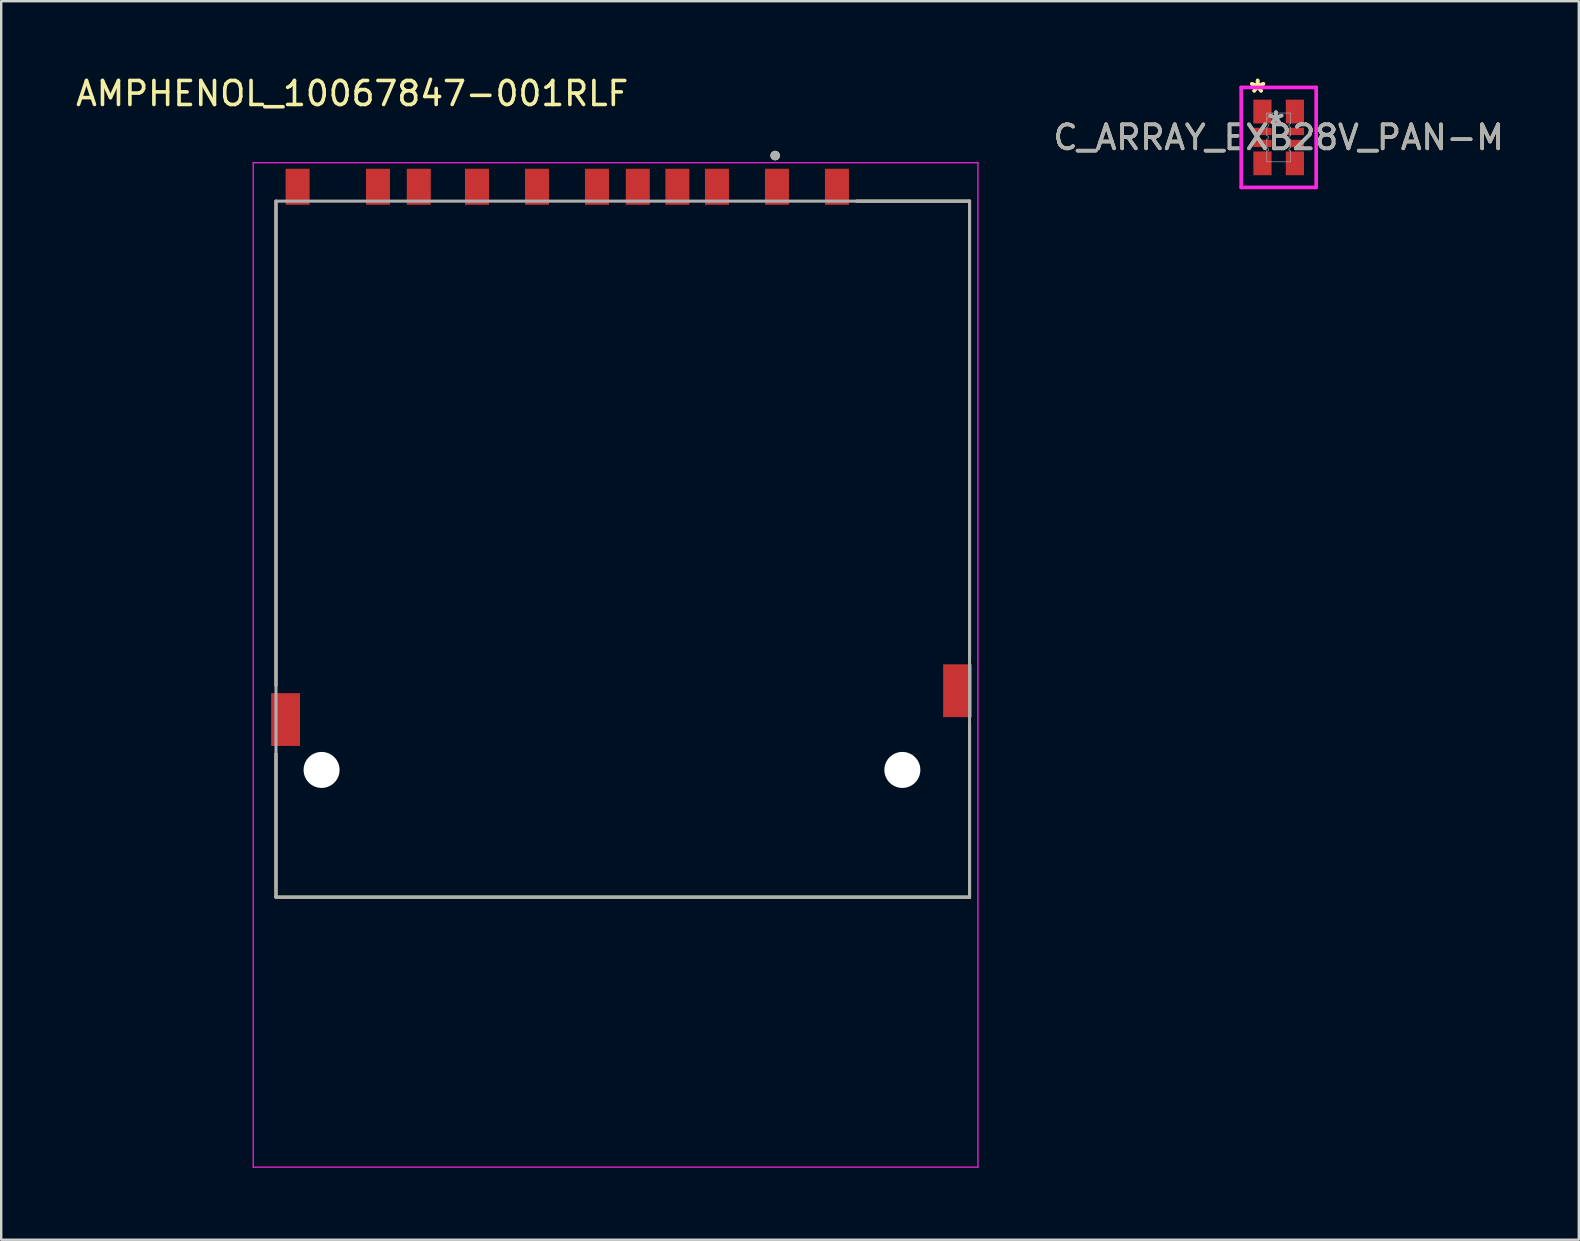
<source format=kicad_pcb>
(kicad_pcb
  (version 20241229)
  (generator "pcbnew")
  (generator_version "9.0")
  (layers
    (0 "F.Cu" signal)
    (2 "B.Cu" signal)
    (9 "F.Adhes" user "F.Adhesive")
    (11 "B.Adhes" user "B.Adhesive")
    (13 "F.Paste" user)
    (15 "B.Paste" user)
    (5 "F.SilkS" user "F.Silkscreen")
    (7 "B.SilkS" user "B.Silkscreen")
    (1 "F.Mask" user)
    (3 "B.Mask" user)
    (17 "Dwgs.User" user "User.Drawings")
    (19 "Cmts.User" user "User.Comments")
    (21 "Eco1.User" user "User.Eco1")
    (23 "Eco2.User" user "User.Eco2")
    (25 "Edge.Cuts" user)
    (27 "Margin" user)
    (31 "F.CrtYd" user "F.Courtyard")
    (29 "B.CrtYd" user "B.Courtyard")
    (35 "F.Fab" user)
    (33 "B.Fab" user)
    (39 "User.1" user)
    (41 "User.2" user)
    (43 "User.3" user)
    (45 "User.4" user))
  (footprint "C_ARRAY_EXB28V_PAN-M"
    (layer "F.Cu")
    (at 50.231 2.677)
    (property "Reference" "C_ARRAY_EXB28V_PAN-M" (at 0 0 0) (unlocked yes) (layer "F.SilkS") (effects (font (size 1 1) (thickness 0.15))))
    (attr smd)
    (fp_line (start -1.562 -2.083) (end 1.562 -2.083) (stroke (width 0.152) (type solid)) (layer "F.CrtYd"))
    (fp_line (start -1.562 2.083) (end -1.562 -2.083) (stroke (width 0.152) (type solid)) (layer "F.CrtYd"))
    (fp_line (start 1.562 -2.083) (end 1.562 2.083) (stroke (width 0.152) (type solid)) (layer "F.CrtYd"))
    (fp_line (start 1.562 2.083) (end -1.562 2.083) (stroke (width 0.152) (type solid)) (layer "F.CrtYd"))
    (fp_line (start -0.495 -1.016) (end 0.495 -1.016) (stroke (width 0.025) (type solid)) (layer "F.Fab"))
    (fp_line (start -0.495 -0.559) (end -0.495 -1.016) (stroke (width 0.025) (type solid)) (layer "F.Fab"))
    (fp_line (start -0.495 -0.428) (end -0.495 -0.072) (stroke (width 0.025) (type solid)) (layer "F.Fab"))
    (fp_line (start -0.495 0.072) (end -0.495 0.428) (stroke (width 0.025) (type solid)) (layer "F.Fab"))
    (fp_line (start -0.495 0.559) (end -0.495 1.016) (stroke (width 0.025) (type solid)) (layer "F.Fab"))
    (fp_line (start -0.495 0.572) (end -0.495 0.559) (stroke (width 0.025) (type solid)) (layer "F.Fab"))
    (fp_line (start -0.495 1.016) (end 0.495 1.016) (stroke (width 0.025) (type solid)) (layer "F.Fab"))
    (fp_line (start -0.241 -1.016) (end -0.495 -0.762) (stroke (width 0.025) (type solid)) (layer "F.Fab"))
    (fp_line (start 0.495 -0.559) (end 0.495 -1.016) (stroke (width 0.025) (type solid)) (layer "F.Fab"))
    (fp_line (start 0.495 -0.428) (end 0.495 -0.072) (stroke (width 0.025) (type solid)) (layer "F.Fab"))
    (fp_line (start 0.495 0.072) (end 0.495 0.428) (stroke (width 0.025) (type solid)) (layer "F.Fab"))
    (fp_line (start 0.495 0.559) (end 0.495 1.016) (stroke (width 0.025) (type solid)) (layer "F.Fab"))
    (fp_line (start 0.495 0.572) (end 0.495 0.559) (stroke (width 0.025) (type solid)) (layer "F.Fab"))
    (fp_arc (start -0.4953 -0.572389) (mid -0.423037 -0.500126) (end -0.4953 -0.427863) (stroke (width 0.0254) (type solid)) (layer "F.Fab"))
    (fp_arc (start -0.4953 -0.072263) (mid -0.423037 0) (end -0.4953 0.072263) (stroke (width 0.0254) (type solid)) (layer "F.Fab"))
    (fp_arc (start -0.4953 0.427863) (mid -0.423037 0.500126) (end -0.4953 0.572389) (stroke (width 0.0254) (type solid)) (layer "F.Fab"))
    (fp_arc (start 0.4953 -0.427863) (mid 0.423037 -0.500126) (end 0.4953 -0.572389) (stroke (width 0.0254) (type solid)) (layer "F.Fab"))
    (fp_arc (start 0.4953 0.072263) (mid 0.423037 0) (end 0.4953 -0.072263) (stroke (width 0.0254) (type solid)) (layer "F.Fab"))
    (fp_arc (start 0.4953 0.572389) (mid 0.423037 0.500126) (end 0.4953 0.427863) (stroke (width 0.0254) (type solid)) (layer "F.Fab"))
    (fp_text user "*" (at -0.876 -1.829 0) (unlocked yes) (layer "F.SilkS") (effects (font (size 1 1) (thickness 0.15))))
    (fp_text user "*" (at -0.876 -1.829 0) (layer "F.SilkS") (effects (font (size 1 1) (thickness 0.15))))
    (fp_text user "*" (at -0.114 -0.508 0) (layer "F.Fab") (effects (font (size 1 1) (thickness 0.15))))
    (fp_text user "${REFERENCE}" (at 0 0 0) (unlocked yes) (layer "F.Fab") (effects (font (size 1 1) (thickness 0.15))))
    (fp_text user "*" (at -0.114 -0.508 0) (unlocked yes) (layer "F.Fab") (effects (font (size 1 1) (thickness 0.15))))
    (pad "1" smd rect (at -0.675 -1.079) (size 0.758 0.991) (layers "F.Cu" "F.Mask" "F.Paste"))
    (pad "2" smd rect (at -0.675 -0.25) (size 0.758 0.305) (layers "F.Cu" "F.Mask" "F.Paste"))
    (pad "3" smd rect (at -0.675 0.25) (size 0.758 0.305) (layers "F.Cu" "F.Mask" "F.Paste"))
    (pad "4" smd rect (at -0.675 1.079) (size 0.758 0.991) (layers "F.Cu" "F.Mask" "F.Paste"))
    (pad "5" smd rect (at 0.675 1.079) (size 0.758 0.991) (layers "F.Cu" "F.Mask" "F.Paste"))
    (pad "6" smd rect (at 0.675 0.25) (size 0.758 0.305) (layers "F.Cu" "F.Mask" "F.Paste"))
    (pad "7" smd rect (at 0.675 -0.25) (size 0.758 0.305) (layers "F.Cu" "F.Mask" "F.Paste"))
    (pad "8" smd rect (at 0.675 -1.079) (size 0.758 0.991) (layers "F.Cu" "F.Mask" "F.Paste")))
  (footprint "AMPHENOL_10067847-001RLF"
    (layer "F.Cu")
    (at 22.45 29.032)
    (property "Reference" "AMPHENOL_10067847-001RLF" (at -10.825 -28.184 0) (layer "F.SilkS") (effects (font (size 1 1) (thickness 0.15))))
    (attr smd)
    (fp_line (start -14 -23.7) (end -14 -3.52) (stroke (width 0.127) (type solid)) (layer "F.SilkS"))
    (fp_line (start -14 -0.68) (end -14 5.3) (stroke (width 0.127) (type solid)) (layer "F.SilkS"))
    (fp_line (start -14 5.3) (end 14.9 5.3) (stroke (width 0.127) (type solid)) (layer "F.SilkS"))
    (fp_line (start 10.195 -23.7) (end 14.9 -23.7) (stroke (width 0.127) (type solid)) (layer "F.SilkS"))
    (fp_line (start 14.9 -23.7) (end 14.9 -4.72) (stroke (width 0.127) (type solid)) (layer "F.SilkS"))
    (fp_line (start 14.9 5.3) (end 14.9 -1.88) (stroke (width 0.127) (type solid)) (layer "F.SilkS"))
    (fp_circle (center 6.8 -25.6) (end 6.9 -25.6) (stroke (width 0.2) (type solid)) (fill no) (layer "F.SilkS"))
    (fp_line (start -14.95 -25.3) (end 15.25 -25.3) (stroke (width 0.05) (type solid)) (layer "F.CrtYd"))
    (fp_line (start -14.95 16.55) (end -14.95 -25.3) (stroke (width 0.05) (type solid)) (layer "F.CrtYd"))
    (fp_line (start 15.25 -25.3) (end 15.25 16.55) (stroke (width 0.05) (type solid)) (layer "F.CrtYd"))
    (fp_line (start 15.25 16.55) (end -14.95 16.55) (stroke (width 0.05) (type solid)) (layer "F.CrtYd"))
    (fp_line (start -14 -23.7) (end 14.9 -23.7) (stroke (width 0.127) (type solid)) (layer "F.Fab"))
    (fp_line (start -14 5.3) (end -14 -23.7) (stroke (width 0.127) (type solid)) (layer "F.Fab"))
    (fp_line (start 14.9 -23.7) (end 14.9 5.3) (stroke (width 0.127) (type solid)) (layer "F.Fab"))
    (fp_line (start 14.9 5.3) (end -14 5.3) (stroke (width 0.127) (type solid)) (layer "F.Fab"))
    (fp_circle (center 6.8 -25.6) (end 6.9 -25.6) (stroke (width 0.2) (type solid)) (fill no) (layer "F.Fab"))
    (pad "" np_thru_hole circle (at -12.1 0) (size 1.5 1.5) (drill 1.5) (layers "*.Cu" "*.Mask"))
    (pad "" np_thru_hole circle (at 12.1 0) (size 1.5 1.5) (drill 1.5) (layers "*.Cu" "*.Mask"))
    (pad "1" smd rect (at 6.875 -24.3) (size 1 1.5) (layers "F.Cu" "F.Mask" "F.Paste"))
    (pad "2" smd rect (at 4.375 -24.3) (size 1 1.5) (layers "F.Cu" "F.Mask" "F.Paste"))
    (pad "3" smd rect (at 1.075 -24.3) (size 1 1.5) (layers "F.Cu" "F.Mask" "F.Paste"))
    (pad "4" smd rect (at -0.625 -24.3) (size 1 1.5) (layers "F.Cu" "F.Mask" "F.Paste"))
    (pad "5" smd rect (at -3.125 -24.3) (size 1 1.5) (layers "F.Cu" "F.Mask" "F.Paste"))
    (pad "6" smd rect (at -5.625 -24.3) (size 1 1.5) (layers "F.Cu" "F.Mask" "F.Paste"))
    (pad "7" smd rect (at -8.05 -24.3) (size 1 1.5) (layers "F.Cu" "F.Mask" "F.Paste"))
    (pad "8" smd rect (at -9.75 -24.3) (size 1 1.5) (layers "F.Cu" "F.Mask" "F.Paste"))
    (pad "9" smd rect (at 9.375 -24.3) (size 1 1.5) (layers "F.Cu" "F.Mask" "F.Paste"))
    (pad "CD" smd rect (at 2.725 -24.3) (size 1 1.5) (layers "F.Cu" "F.Mask" "F.Paste"))
    (pad "G1" smd rect (at -13.6 -2.1) (size 1.2 2.2) (layers "F.Cu" "F.Mask" "F.Paste"))
    (pad "G2" smd rect (at 14.4 -3.3) (size 1.2 2.2) (layers "F.Cu" "F.Mask" "F.Paste"))
    (pad "WP" smd rect (at -13.1 -24.3) (size 1 1.5) (layers "F.Cu" "F.Mask" "F.Paste"))
    (zone (net_name "") (layer "F.Cu") (hatch full 0.508) (connect_pads) (min_thickness 0.01) (filled_areas_thickness no) (keepout (tracks not_allowed) (vias not_allowed) (pads not_allowed) (copperpour not_allowed) (footprints allowed)) (placement (enabled no)) (fill) (polygon (pts (xy 7.75 14.532) (xy 8.95 14.532) (xy 8.95 20.832) (xy 7.75 20.832))))
    (zone (net_name "") (layer "F.Cu") (hatch full 0.508) (connect_pads) (min_thickness 0.01) (filled_areas_thickness no) (keepout (tracks not_allowed) (vias not_allowed) (pads not_allowed) (copperpour not_allowed) (footprints allowed)) (placement (enabled no)) (fill) (polygon (pts (xy 12.14 11.432) (xy 13.24 11.432) (xy 13.24 13.432) (xy 12.14 13.432))))
    (zone (net_name "") (layer "F.Cu") (hatch full 0.508) (connect_pads) (min_thickness 0.01) (filled_areas_thickness no) (keepout (tracks not_allowed) (vias not_allowed) (pads not_allowed) (copperpour not_allowed) (footprints allowed)) (placement (enabled no)) (fill) (polygon (pts (xy 13.84 11.432) (xy 14.94 11.432) (xy 14.94 13.432) (xy 13.84 13.432))))
    (zone (net_name "") (layer "F.Cu") (hatch full 0.508) (connect_pads) (min_thickness 0.01) (filled_areas_thickness no) (keepout (tracks not_allowed) (vias not_allowed) (pads not_allowed) (copperpour not_allowed) (footprints allowed)) (placement (enabled no)) (fill) (polygon (pts (xy 16.27 11.432) (xy 17.37 11.432) (xy 17.37 13.432) (xy 16.27 13.432))))
    (zone (net_name "") (layer "F.Cu") (hatch full 0.508) (connect_pads) (min_thickness 0.01) (filled_areas_thickness no) (keepout (tracks not_allowed) (vias not_allowed) (pads not_allowed) (copperpour not_allowed) (footprints allowed)) (placement (enabled no)) (fill) (polygon (pts (xy 18.77 11.432) (xy 19.87 11.432) (xy 19.87 13.432) (xy 18.77 13.432))))
    (zone (net_name "") (layer "F.Cu") (hatch full 0.508) (connect_pads) (min_thickness 0.01) (filled_areas_thickness no) (keepout (tracks not_allowed) (vias not_allowed) (pads not_allowed) (copperpour not_allowed) (footprints allowed)) (placement (enabled no)) (fill) (polygon (pts (xy 21.27 11.832) (xy 22.37 11.832) (xy 22.37 13.832) (xy 21.27 13.832))))
    (zone (net_name "") (layer "F.Cu") (hatch full 0.508) (connect_pads) (min_thickness 0.01) (filled_areas_thickness no) (keepout (tracks not_allowed) (vias not_allowed) (pads not_allowed) (copperpour not_allowed) (footprints allowed)) (placement (enabled no)) (fill) (polygon (pts (xy 23.37 11.332) (xy 25.27 11.332) (xy 25.27 13.832) (xy 23.37 13.832))))
    (zone (net_name "") (layer "F.Cu") (hatch full 0.508) (connect_pads) (min_thickness 0.01) (filled_areas_thickness no) (keepout (tracks not_allowed) (vias not_allowed) (pads not_allowed) (copperpour not_allowed) (footprints allowed)) (placement (enabled no)) (fill) (polygon (pts (xy 26.27 11.532) (xy 27.37 11.532) (xy 27.37 13.532) (xy 26.27 13.532))))
    (zone (net_name "") (layer "F.Cu") (hatch full 0.508) (connect_pads) (min_thickness 0.01) (filled_areas_thickness no) (keepout (tracks not_allowed) (vias not_allowed) (pads not_allowed) (copperpour not_allowed) (footprints allowed)) (placement (enabled no)) (fill) (polygon (pts (xy 28.77 10.732) (xy 29.87 10.732) (xy 29.87 13.232) (xy 28.77 13.232))))
    (zone (net_name "") (layer "F.Cu") (hatch full 0.508) (connect_pads) (min_thickness 0.01) (filled_areas_thickness no) (keepout (tracks not_allowed) (vias not_allowed) (pads not_allowed) (copperpour not_allowed) (footprints allowed)) (placement (enabled no)) (fill) (polygon (pts (xy 31.27 13.832) (xy 32.37 13.832) (xy 32.37 15.832) (xy 31.27 15.832))))
    (zone (net_name "") (layers "F.Cu" "B.Cu") (hatch full 0.508) (connect_pads) (min_thickness 0.01) (filled_areas_thickness no) (keepout (tracks allowed) (vias not_allowed) (pads allowed) (copperpour allowed) (footprints allowed)) (placement (enabled no)) (fill) (polygon (pts (xy 7.75 14.532) (xy 8.95 14.532) (xy 8.95 20.832) (xy 7.75 20.832))))
    (zone (net_name "") (layers "F.Cu" "B.Cu") (hatch full 0.508) (connect_pads) (min_thickness 0.01) (filled_areas_thickness no) (keepout (tracks allowed) (vias not_allowed) (pads allowed) (copperpour allowed) (footprints allowed)) (placement (enabled no)) (fill) (polygon (pts (xy 12.14 11.432) (xy 13.24 11.432) (xy 13.24 13.432) (xy 12.14 13.432))))
    (zone (net_name "") (layers "F.Cu" "B.Cu") (hatch full 0.508) (connect_pads) (min_thickness 0.01) (filled_areas_thickness no) (keepout (tracks allowed) (vias not_allowed) (pads allowed) (copperpour allowed) (footprints allowed)) (placement (enabled no)) (fill) (polygon (pts (xy 13.84 11.432) (xy 14.94 11.432) (xy 14.94 13.432) (xy 13.84 13.432))))
    (zone (net_name "") (layers "F.Cu" "B.Cu") (hatch full 0.508) (connect_pads) (min_thickness 0.01) (filled_areas_thickness no) (keepout (tracks allowed) (vias not_allowed) (pads allowed) (copperpour allowed) (footprints allowed)) (placement (enabled no)) (fill) (polygon (pts (xy 16.27 11.432) (xy 17.37 11.432) (xy 17.37 13.432) (xy 16.27 13.432))))
    (zone (net_name "") (layers "F.Cu" "B.Cu") (hatch full 0.508) (connect_pads) (min_thickness 0.01) (filled_areas_thickness no) (keepout (tracks allowed) (vias not_allowed) (pads allowed) (copperpour allowed) (footprints allowed)) (placement (enabled no)) (fill) (polygon (pts (xy 18.77 11.432) (xy 19.87 11.432) (xy 19.87 13.432) (xy 18.77 13.432))))
    (zone (net_name "") (layers "F.Cu" "B.Cu") (hatch full 0.508) (connect_pads) (min_thickness 0.01) (filled_areas_thickness no) (keepout (tracks allowed) (vias not_allowed) (pads allowed) (copperpour allowed) (footprints allowed)) (placement (enabled no)) (fill) (polygon (pts (xy 21.27 11.832) (xy 22.37 11.832) (xy 22.37 13.832) (xy 21.27 13.832))))
    (zone (net_name "") (layers "F.Cu" "B.Cu") (hatch full 0.508) (connect_pads) (min_thickness 0.01) (filled_areas_thickness no) (keepout (tracks allowed) (vias not_allowed) (pads allowed) (copperpour allowed) (footprints allowed)) (placement (enabled no)) (fill) (polygon (pts (xy 23.37 11.332) (xy 25.27 11.332) (xy 25.27 13.832) (xy 23.37 13.832))))
    (zone (net_name "") (layers "F.Cu" "B.Cu") (hatch full 0.508) (connect_pads) (min_thickness 0.01) (filled_areas_thickness no) (keepout (tracks allowed) (vias not_allowed) (pads allowed) (copperpour allowed) (footprints allowed)) (placement (enabled no)) (fill) (polygon (pts (xy 26.27 11.532) (xy 27.37 11.532) (xy 27.37 13.532) (xy 26.27 13.532))))
    (zone (net_name "") (layers "F.Cu" "B.Cu") (hatch full 0.508) (connect_pads) (min_thickness 0.01) (filled_areas_thickness no) (keepout (tracks allowed) (vias not_allowed) (pads allowed) (copperpour allowed) (footprints allowed)) (placement (enabled no)) (fill) (polygon (pts (xy 28.77 10.732) (xy 29.87 10.732) (xy 29.87 13.232) (xy 28.77 13.232))))
    (zone (net_name "") (layers "F.Cu" "B.Cu") (hatch full 0.508) (connect_pads) (min_thickness 0.01) (filled_areas_thickness no) (keepout (tracks allowed) (vias not_allowed) (pads allowed) (copperpour allowed) (footprints allowed)) (placement (enabled no)) (fill) (polygon (pts (xy 31.27 13.832) (xy 32.37 13.832) (xy 32.37 15.832) (xy 31.27 15.832)))))
  (gr_rect
    (start -3 -3)
    (end 62.737 48.607)
    (stroke (width 0.1) (type default))
    (fill no)
    (layer "Edge.Cuts")))
</source>
